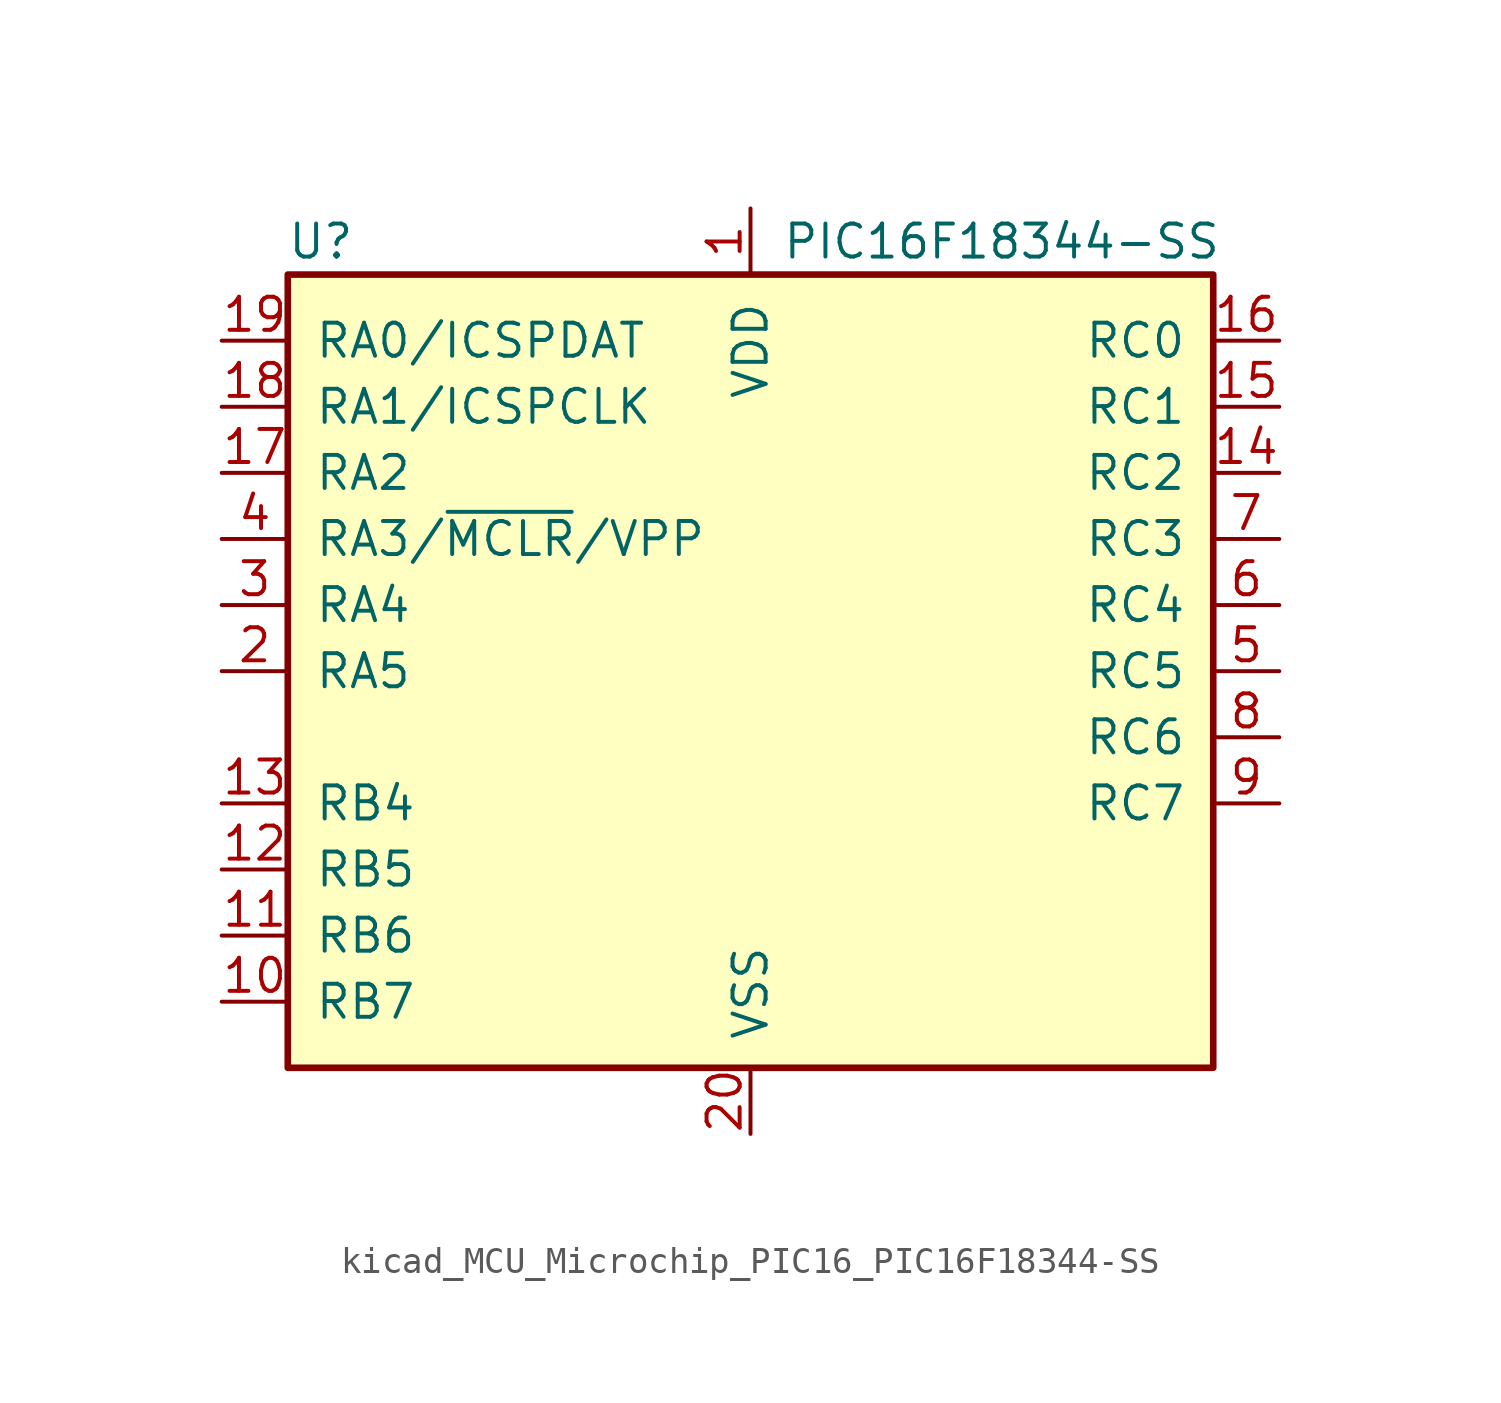
<source format=kicad_sym>
(kicad_symbol_lib
  (version 20220914)
  (generator kicad_symbol_editor)
  (symbol "kicad_MCU_Microchip_PIC16_PIC16F18344-SS"
    (pin_names
      (offset 1.016))
    (property "Reference" "U"
      (at -16.51 16.51 0)
      (effects (font (size 1.27 1.27))))
    (property "Value" "PIC16F18344-SS"
      (at 9.652 16.51 0)
      (effects (font (size 1.27 1.27))))
    (symbol "kicad_MCU_Microchip_PIC16_PIC16F18344-SS_0_1"
      (rectangle (start -17.78 15.24) (end 17.78 -15.24) (stroke (width 0.254) (type default)) (fill (type background))))
    (symbol "kicad_MCU_Microchip_PIC16_PIC16F18344-SS_1_1"
      (pin power_in line (at 0 17.78 270) (length 2.54) (name "VDD" (effects (font (size 1.27 1.27)))) (number "1" (effects (font (size 1.27 1.27)))))
      (pin bidirectional line (at -20.32 -12.7 0) (length 2.54) (name "RB7" (effects (font (size 1.27 1.27)))) (number "10" (effects (font (size 1.27 1.27)))))
      (pin bidirectional line (at -20.32 -10.16 0) (length 2.54) (name "RB6" (effects (font (size 1.27 1.27)))) (number "11" (effects (font (size 1.27 1.27)))))
      (pin bidirectional line (at -20.32 -7.62 0) (length 2.54) (name "RB5" (effects (font (size 1.27 1.27)))) (number "12" (effects (font (size 1.27 1.27)))))
      (pin bidirectional line (at -20.32 -5.08 0) (length 2.54) (name "RB4" (effects (font (size 1.27 1.27)))) (number "13" (effects (font (size 1.27 1.27)))))
      (pin bidirectional line (at 20.32 7.62 180) (length 2.54) (name "RC2" (effects (font (size 1.27 1.27)))) (number "14" (effects (font (size 1.27 1.27)))))
      (pin bidirectional line (at 20.32 10.16 180) (length 2.54) (name "RC1" (effects (font (size 1.27 1.27)))) (number "15" (effects (font (size 1.27 1.27)))))
      (pin bidirectional line (at 20.32 12.7 180) (length 2.54) (name "RC0" (effects (font (size 1.27 1.27)))) (number "16" (effects (font (size 1.27 1.27)))))
      (pin bidirectional line (at -20.32 7.62 0) (length 2.54) (name "RA2" (effects (font (size 1.27 1.27)))) (number "17" (effects (font (size 1.27 1.27)))))
      (pin bidirectional line (at -20.32 10.16 0) (length 2.54) (name "RA1/ICSPCLK" (effects (font (size 1.27 1.27)))) (number "18" (effects (font (size 1.27 1.27)))))
      (pin bidirectional line (at -20.32 12.7 0) (length 2.54) (name "RA0/ICSPDAT" (effects (font (size 1.27 1.27)))) (number "19" (effects (font (size 1.27 1.27)))))
      (pin bidirectional line (at -20.32 0 0) (length 2.54) (name "RA5" (effects (font (size 1.27 1.27)))) (number "2" (effects (font (size 1.27 1.27)))))
      (pin power_in line (at 0 -17.78 90) (length 2.54) (name "VSS" (effects (font (size 1.27 1.27)))) (number "20" (effects (font (size 1.27 1.27)))))
      (pin bidirectional line (at -20.32 2.54 0) (length 2.54) (name "RA4" (effects (font (size 1.27 1.27)))) (number "3" (effects (font (size 1.27 1.27)))))
      (pin bidirectional line (at -20.32 5.08 0) (length 2.54) (name "RA3/~{MCLR}/VPP" (effects (font (size 1.27 1.27)))) (number "4" (effects (font (size 1.27 1.27)))))
      (pin bidirectional line (at 20.32 0 180) (length 2.54) (name "RC5" (effects (font (size 1.27 1.27)))) (number "5" (effects (font (size 1.27 1.27)))))
      (pin bidirectional line (at 20.32 2.54 180) (length 2.54) (name "RC4" (effects (font (size 1.27 1.27)))) (number "6" (effects (font (size 1.27 1.27)))))
      (pin bidirectional line (at 20.32 5.08 180) (length 2.54) (name "RC3" (effects (font (size 1.27 1.27)))) (number "7" (effects (font (size 1.27 1.27)))))
      (pin bidirectional line (at 20.32 -2.54 180) (length 2.54) (name "RC6" (effects (font (size 1.27 1.27)))) (number "8" (effects (font (size 1.27 1.27)))))
      (pin bidirectional line (at 20.32 -5.08 180) (length 2.54) (name "RC7" (effects (font (size 1.27 1.27)))) (number "9" (effects (font (size 1.27 1.27))))))))
</source>
